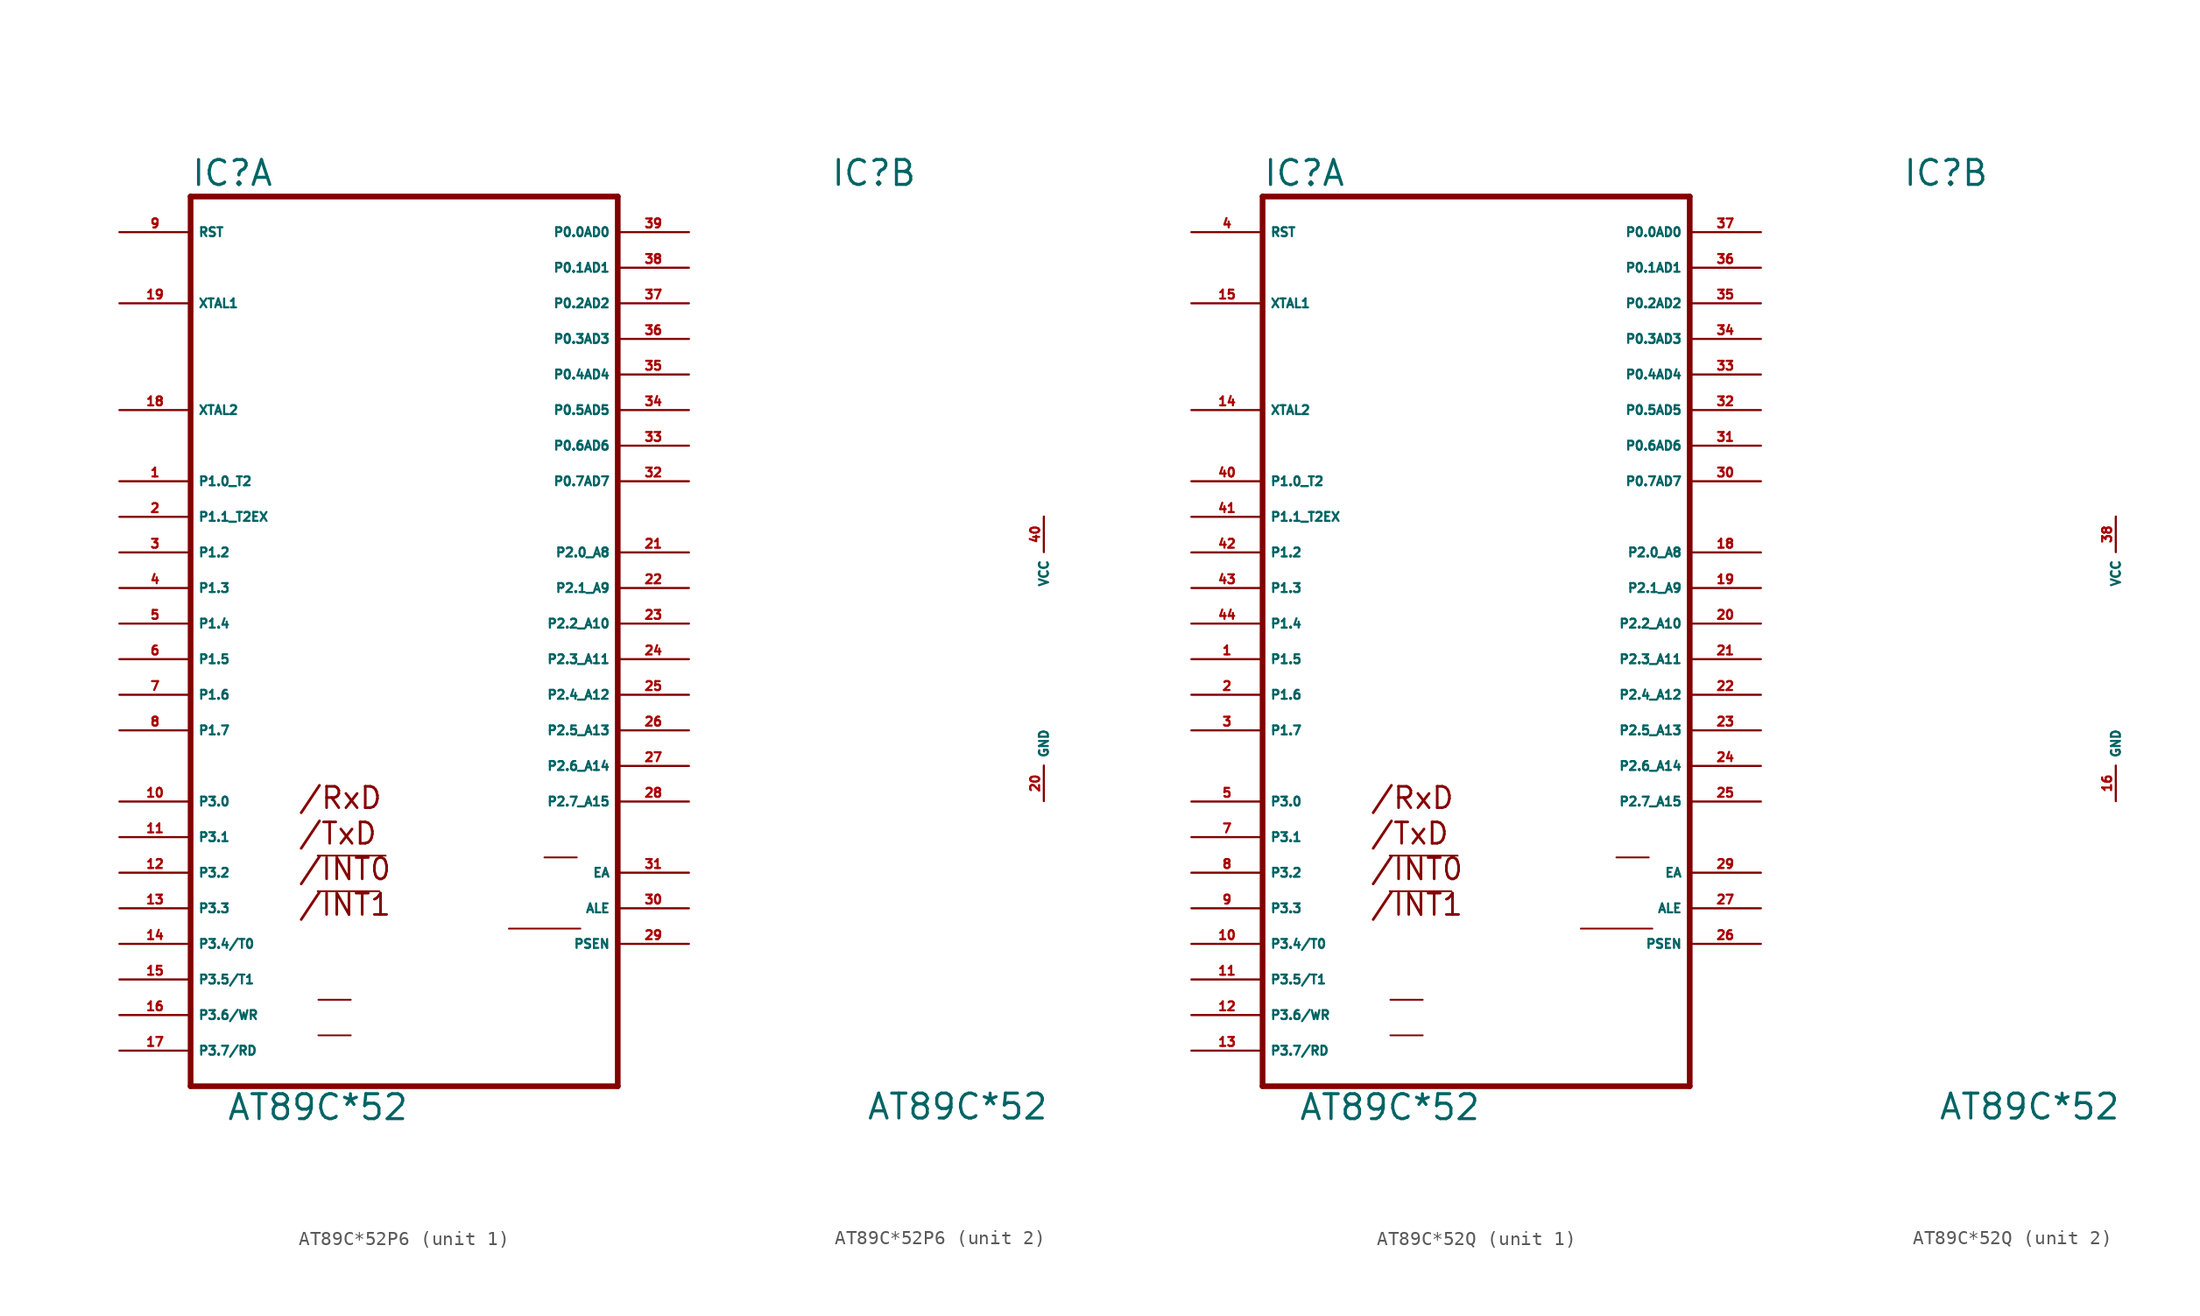
<source format=kicad_sym>
(kicad_symbol_lib
  (version 20220914)
  (generator Eagle2Kicad)
  (symbol "AT89C*52P6"
    (property "Reference" "IC"
      (at -15.24 33.655 0)
      (effects (font (size 1.778 1.778) (thickness 0.22)) (justify left bottom)))
    (property "Value" "AT89C*52"
      (at -12.7 -33.02 0)
      (effects (font (size 1.778 1.778) (thickness 0.22)) (justify left bottom)))
    (symbol "AT89C*52P6_1_0"
      (polyline (pts (xy -6.172 -16.561) (xy -1.778 -16.561)) (stroke (width 0.127) (type default)) (fill (type none)))
      (polyline (pts (xy -6.172 -14.021) (xy -1.321 -14.021)) (stroke (width 0.127) (type default)) (fill (type none)))
      (polyline (pts (xy -6.121 -26.848) (xy -3.81 -26.848)) (stroke (width 0.127) (type default)) (fill (type none)))
      (polyline (pts (xy -6.121 -24.308) (xy -3.81 -24.308)) (stroke (width 0.127) (type default)) (fill (type none)))
      (polyline (pts (xy 7.468 -19.228) (xy 12.573 -19.228)) (stroke (width 0.127) (type default)) (fill (type none)))
      (polyline (pts (xy 10.008 -14.148) (xy 12.319 -14.148)) (stroke (width 0.127) (type default)) (fill (type none)))
      (polyline (pts (xy -15.24 -30.48) (xy 15.24 -30.48)) (stroke (width 0.406) (type default)) (fill (type none)))
      (polyline (pts (xy 15.24 -30.48) (xy 15.24 33.02)) (stroke (width 0.406) (type default)) (fill (type none)))
      (polyline (pts (xy 15.24 33.02) (xy -15.24 33.02)) (stroke (width 0.406) (type default)) (fill (type none)))
      (polyline (pts (xy -15.24 33.02) (xy -15.24 -30.48)) (stroke (width 0.406) (type default)) (fill (type none)))
      (text "/INT1" (at -7.62 -18.415 0) (effects (font (size 1.524 1.524) (thickness 0.19)) (justify left bottom)))
      (text "/INT0" (at -7.62 -15.875 0) (effects (font (size 1.524 1.524) (thickness 0.19)) (justify left bottom)))
      (text "/RxD" (at -7.62 -10.795 0) (effects (font (size 1.524 1.524) (thickness 0.19)) (justify left bottom)))
      (text "/TxD" (at -7.62 -13.335 0) (effects (font (size 1.524 1.524) (thickness 0.19)) (justify left bottom)))
      (pin input line (at 20.32 -15.24 180) (length 5.08) (name "EA" (effects (font (size 0.635 0.635) (thickness 0.08)) (justify left bottom))) (number "31" (effects (font (size 0.635 0.635) (thickness 0.08)) (justify left bottom))))
      (pin bidirectional line (at 20.32 30.48 180) (length 5.08) (name "P0.0AD0" (effects (font (size 0.635 0.635) (thickness 0.08)) (justify left bottom))) (number "39" (effects (font (size 0.635 0.635) (thickness 0.08)) (justify left bottom))))
      (pin bidirectional line (at 20.32 27.94 180) (length 5.08) (name "P0.1AD1" (effects (font (size 0.635 0.635) (thickness 0.08)) (justify left bottom))) (number "38" (effects (font (size 0.635 0.635) (thickness 0.08)) (justify left bottom))))
      (pin bidirectional line (at 20.32 25.4 180) (length 5.08) (name "P0.2AD2" (effects (font (size 0.635 0.635) (thickness 0.08)) (justify left bottom))) (number "37" (effects (font (size 0.635 0.635) (thickness 0.08)) (justify left bottom))))
      (pin bidirectional line (at 20.32 22.86 180) (length 5.08) (name "P0.3AD3" (effects (font (size 0.635 0.635) (thickness 0.08)) (justify left bottom))) (number "36" (effects (font (size 0.635 0.635) (thickness 0.08)) (justify left bottom))))
      (pin bidirectional line (at 20.32 20.32 180) (length 5.08) (name "P0.4AD4" (effects (font (size 0.635 0.635) (thickness 0.08)) (justify left bottom))) (number "35" (effects (font (size 0.635 0.635) (thickness 0.08)) (justify left bottom))))
      (pin bidirectional line (at 20.32 17.78 180) (length 5.08) (name "P0.5AD5" (effects (font (size 0.635 0.635) (thickness 0.08)) (justify left bottom))) (number "34" (effects (font (size 0.635 0.635) (thickness 0.08)) (justify left bottom))))
      (pin bidirectional line (at 20.32 15.24 180) (length 5.08) (name "P0.6AD6" (effects (font (size 0.635 0.635) (thickness 0.08)) (justify left bottom))) (number "33" (effects (font (size 0.635 0.635) (thickness 0.08)) (justify left bottom))))
      (pin bidirectional line (at 20.32 12.7 180) (length 5.08) (name "P0.7AD7" (effects (font (size 0.635 0.635) (thickness 0.08)) (justify left bottom))) (number "32" (effects (font (size 0.635 0.635) (thickness 0.08)) (justify left bottom))))
      (pin input line (at -20.32 25.4 0) (length 5.08) (name "XTAL1" (effects (font (size 0.635 0.635) (thickness 0.08)) (justify left bottom))) (number "19" (effects (font (size 0.635 0.635) (thickness 0.08)) (justify left bottom))))
      (pin input line (at -20.32 17.78 0) (length 5.08) (name "XTAL2" (effects (font (size 0.635 0.635) (thickness 0.08)) (justify left bottom))) (number "18" (effects (font (size 0.635 0.635) (thickness 0.08)) (justify left bottom))))
      (pin input line (at -20.32 30.48 0) (length 5.08) (name "RST" (effects (font (size 0.635 0.635) (thickness 0.08)) (justify left bottom))) (number "9" (effects (font (size 0.635 0.635) (thickness 0.08)) (justify left bottom))))
      (pin output line (at 20.32 -17.78 180) (length 5.08) (name "ALE" (effects (font (size 0.635 0.635) (thickness 0.08)) (justify left bottom))) (number "30" (effects (font (size 0.635 0.635) (thickness 0.08)) (justify left bottom))))
      (pin output line (at 20.32 -20.32 180) (length 5.08) (name "PSEN" (effects (font (size 0.635 0.635) (thickness 0.08)) (justify left bottom))) (number "29" (effects (font (size 0.635 0.635) (thickness 0.08)) (justify left bottom))))
      (pin bidirectional line (at 20.32 7.62 180) (length 5.08) (name "P2.0_A8" (effects (font (size 0.635 0.635) (thickness 0.08)) (justify left bottom))) (number "21" (effects (font (size 0.635 0.635) (thickness 0.08)) (justify left bottom))))
      (pin bidirectional line (at 20.32 5.08 180) (length 5.08) (name "P2.1_A9" (effects (font (size 0.635 0.635) (thickness 0.08)) (justify left bottom))) (number "22" (effects (font (size 0.635 0.635) (thickness 0.08)) (justify left bottom))))
      (pin bidirectional line (at 20.32 2.54 180) (length 5.08) (name "P2.2_A10" (effects (font (size 0.635 0.635) (thickness 0.08)) (justify left bottom))) (number "23" (effects (font (size 0.635 0.635) (thickness 0.08)) (justify left bottom))))
      (pin bidirectional line (at 20.32 0 180) (length 5.08) (name "P2.3_A11" (effects (font (size 0.635 0.635) (thickness 0.08)) (justify left bottom))) (number "24" (effects (font (size 0.635 0.635) (thickness 0.08)) (justify left bottom))))
      (pin bidirectional line (at 20.32 -2.54 180) (length 5.08) (name "P2.4_A12" (effects (font (size 0.635 0.635) (thickness 0.08)) (justify left bottom))) (number "25" (effects (font (size 0.635 0.635) (thickness 0.08)) (justify left bottom))))
      (pin bidirectional line (at 20.32 -5.08 180) (length 5.08) (name "P2.5_A13" (effects (font (size 0.635 0.635) (thickness 0.08)) (justify left bottom))) (number "26" (effects (font (size 0.635 0.635) (thickness 0.08)) (justify left bottom))))
      (pin bidirectional line (at 20.32 -7.62 180) (length 5.08) (name "P2.6_A14" (effects (font (size 0.635 0.635) (thickness 0.08)) (justify left bottom))) (number "27" (effects (font (size 0.635 0.635) (thickness 0.08)) (justify left bottom))))
      (pin bidirectional line (at 20.32 -10.16 180) (length 5.08) (name "P2.7_A15" (effects (font (size 0.635 0.635) (thickness 0.08)) (justify left bottom))) (number "28" (effects (font (size 0.635 0.635) (thickness 0.08)) (justify left bottom))))
      (pin bidirectional line (at -20.32 12.7 0) (length 5.08) (name "P1.0_T2" (effects (font (size 0.635 0.635) (thickness 0.08)) (justify left bottom))) (number "1" (effects (font (size 0.635 0.635) (thickness 0.08)) (justify left bottom))))
      (pin bidirectional line (at -20.32 10.16 0) (length 5.08) (name "P1.1_T2EX" (effects (font (size 0.635 0.635) (thickness 0.08)) (justify left bottom))) (number "2" (effects (font (size 0.635 0.635) (thickness 0.08)) (justify left bottom))))
      (pin bidirectional line (at -20.32 7.62 0) (length 5.08) (name "P1.2" (effects (font (size 0.635 0.635) (thickness 0.08)) (justify left bottom))) (number "3" (effects (font (size 0.635 0.635) (thickness 0.08)) (justify left bottom))))
      (pin bidirectional line (at -20.32 5.08 0) (length 5.08) (name "P1.3" (effects (font (size 0.635 0.635) (thickness 0.08)) (justify left bottom))) (number "4" (effects (font (size 0.635 0.635) (thickness 0.08)) (justify left bottom))))
      (pin bidirectional line (at -20.32 2.54 0) (length 5.08) (name "P1.4" (effects (font (size 0.635 0.635) (thickness 0.08)) (justify left bottom))) (number "5" (effects (font (size 0.635 0.635) (thickness 0.08)) (justify left bottom))))
      (pin bidirectional line (at -20.32 0 0) (length 5.08) (name "P1.5" (effects (font (size 0.635 0.635) (thickness 0.08)) (justify left bottom))) (number "6" (effects (font (size 0.635 0.635) (thickness 0.08)) (justify left bottom))))
      (pin bidirectional line (at -20.32 -2.54 0) (length 5.08) (name "P1.6" (effects (font (size 0.635 0.635) (thickness 0.08)) (justify left bottom))) (number "7" (effects (font (size 0.635 0.635) (thickness 0.08)) (justify left bottom))))
      (pin bidirectional line (at -20.32 -5.08 0) (length 5.08) (name "P1.7" (effects (font (size 0.635 0.635) (thickness 0.08)) (justify left bottom))) (number "8" (effects (font (size 0.635 0.635) (thickness 0.08)) (justify left bottom))))
      (pin bidirectional line (at -20.32 -10.16 0) (length 5.08) (name "P3.0" (effects (font (size 0.635 0.635) (thickness 0.08)) (justify left bottom))) (number "10" (effects (font (size 0.635 0.635) (thickness 0.08)) (justify left bottom))))
      (pin bidirectional line (at -20.32 -12.7 0) (length 5.08) (name "P3.1" (effects (font (size 0.635 0.635) (thickness 0.08)) (justify left bottom))) (number "11" (effects (font (size 0.635 0.635) (thickness 0.08)) (justify left bottom))))
      (pin bidirectional line (at -20.32 -15.24 0) (length 5.08) (name "P3.2" (effects (font (size 0.635 0.635) (thickness 0.08)) (justify left bottom))) (number "12" (effects (font (size 0.635 0.635) (thickness 0.08)) (justify left bottom))))
      (pin bidirectional line (at -20.32 -17.78 0) (length 5.08) (name "P3.3" (effects (font (size 0.635 0.635) (thickness 0.08)) (justify left bottom))) (number "13" (effects (font (size 0.635 0.635) (thickness 0.08)) (justify left bottom))))
      (pin bidirectional line (at -20.32 -20.32 0) (length 5.08) (name "P3.4/T0" (effects (font (size 0.635 0.635) (thickness 0.08)) (justify left bottom))) (number "14" (effects (font (size 0.635 0.635) (thickness 0.08)) (justify left bottom))))
      (pin bidirectional line (at -20.32 -22.86 0) (length 5.08) (name "P3.5/T1" (effects (font (size 0.635 0.635) (thickness 0.08)) (justify left bottom))) (number "15" (effects (font (size 0.635 0.635) (thickness 0.08)) (justify left bottom))))
      (pin bidirectional line (at -20.32 -25.4 0) (length 5.08) (name "P3.6/WR" (effects (font (size 0.635 0.635) (thickness 0.08)) (justify left bottom))) (number "16" (effects (font (size 0.635 0.635) (thickness 0.08)) (justify left bottom))))
      (pin bidirectional line (at -20.32 -27.94 0) (length 5.08) (name "P3.7/RD" (effects (font (size 0.635 0.635) (thickness 0.08)) (justify left bottom))) (number "17" (effects (font (size 0.635 0.635) (thickness 0.08)) (justify left bottom)))))
    (symbol "AT89C*52P6_2_0"
      (pin unspecified line (at 0 -10.16 90) (length 2.54) (name "GND" (effects (font (size 0.635 0.635) (thickness 0.08)) (justify left bottom))) (number "20" (effects (font (size 0.635 0.635) (thickness 0.08)) (justify left bottom))))
      (pin unspecified line (at 0 10.16 270) (length 2.54) (name "VCC" (effects (font (size 0.635 0.635) (thickness 0.08)) (justify left bottom))) (number "40" (effects (font (size 0.635 0.635) (thickness 0.08)) (justify left bottom))))))
  (symbol "AT89C*52Q"
    (property "Reference" "IC"
      (at -15.24 33.655 0)
      (effects (font (size 1.778 1.778) (thickness 0.22)) (justify left bottom)))
    (property "Value" "AT89C*52"
      (at -12.7 -33.02 0)
      (effects (font (size 1.778 1.778) (thickness 0.22)) (justify left bottom)))
    (symbol "AT89C*52Q_1_0"
      (polyline (pts (xy -6.172 -16.561) (xy -1.778 -16.561)) (stroke (width 0.127) (type default)) (fill (type none)))
      (polyline (pts (xy -6.172 -14.021) (xy -1.321 -14.021)) (stroke (width 0.127) (type default)) (fill (type none)))
      (polyline (pts (xy -6.121 -26.848) (xy -3.81 -26.848)) (stroke (width 0.127) (type default)) (fill (type none)))
      (polyline (pts (xy -6.121 -24.308) (xy -3.81 -24.308)) (stroke (width 0.127) (type default)) (fill (type none)))
      (polyline (pts (xy 7.468 -19.228) (xy 12.573 -19.228)) (stroke (width 0.127) (type default)) (fill (type none)))
      (polyline (pts (xy 10.008 -14.148) (xy 12.319 -14.148)) (stroke (width 0.127) (type default)) (fill (type none)))
      (polyline (pts (xy -15.24 -30.48) (xy 15.24 -30.48)) (stroke (width 0.406) (type default)) (fill (type none)))
      (polyline (pts (xy 15.24 -30.48) (xy 15.24 33.02)) (stroke (width 0.406) (type default)) (fill (type none)))
      (polyline (pts (xy 15.24 33.02) (xy -15.24 33.02)) (stroke (width 0.406) (type default)) (fill (type none)))
      (polyline (pts (xy -15.24 33.02) (xy -15.24 -30.48)) (stroke (width 0.406) (type default)) (fill (type none)))
      (text "/INT1" (at -7.62 -18.415 0) (effects (font (size 1.524 1.524) (thickness 0.19)) (justify left bottom)))
      (text "/INT0" (at -7.62 -15.875 0) (effects (font (size 1.524 1.524) (thickness 0.19)) (justify left bottom)))
      (text "/RxD" (at -7.62 -10.795 0) (effects (font (size 1.524 1.524) (thickness 0.19)) (justify left bottom)))
      (text "/TxD" (at -7.62 -13.335 0) (effects (font (size 1.524 1.524) (thickness 0.19)) (justify left bottom)))
      (pin input line (at 20.32 -15.24 180) (length 5.08) (name "EA" (effects (font (size 0.635 0.635) (thickness 0.08)) (justify left bottom))) (number "29" (effects (font (size 0.635 0.635) (thickness 0.08)) (justify left bottom))))
      (pin bidirectional line (at 20.32 30.48 180) (length 5.08) (name "P0.0AD0" (effects (font (size 0.635 0.635) (thickness 0.08)) (justify left bottom))) (number "37" (effects (font (size 0.635 0.635) (thickness 0.08)) (justify left bottom))))
      (pin bidirectional line (at 20.32 27.94 180) (length 5.08) (name "P0.1AD1" (effects (font (size 0.635 0.635) (thickness 0.08)) (justify left bottom))) (number "36" (effects (font (size 0.635 0.635) (thickness 0.08)) (justify left bottom))))
      (pin bidirectional line (at 20.32 25.4 180) (length 5.08) (name "P0.2AD2" (effects (font (size 0.635 0.635) (thickness 0.08)) (justify left bottom))) (number "35" (effects (font (size 0.635 0.635) (thickness 0.08)) (justify left bottom))))
      (pin bidirectional line (at 20.32 22.86 180) (length 5.08) (name "P0.3AD3" (effects (font (size 0.635 0.635) (thickness 0.08)) (justify left bottom))) (number "34" (effects (font (size 0.635 0.635) (thickness 0.08)) (justify left bottom))))
      (pin bidirectional line (at 20.32 20.32 180) (length 5.08) (name "P0.4AD4" (effects (font (size 0.635 0.635) (thickness 0.08)) (justify left bottom))) (number "33" (effects (font (size 0.635 0.635) (thickness 0.08)) (justify left bottom))))
      (pin bidirectional line (at 20.32 17.78 180) (length 5.08) (name "P0.5AD5" (effects (font (size 0.635 0.635) (thickness 0.08)) (justify left bottom))) (number "32" (effects (font (size 0.635 0.635) (thickness 0.08)) (justify left bottom))))
      (pin bidirectional line (at 20.32 15.24 180) (length 5.08) (name "P0.6AD6" (effects (font (size 0.635 0.635) (thickness 0.08)) (justify left bottom))) (number "31" (effects (font (size 0.635 0.635) (thickness 0.08)) (justify left bottom))))
      (pin bidirectional line (at 20.32 12.7 180) (length 5.08) (name "P0.7AD7" (effects (font (size 0.635 0.635) (thickness 0.08)) (justify left bottom))) (number "30" (effects (font (size 0.635 0.635) (thickness 0.08)) (justify left bottom))))
      (pin input line (at -20.32 25.4 0) (length 5.08) (name "XTAL1" (effects (font (size 0.635 0.635) (thickness 0.08)) (justify left bottom))) (number "15" (effects (font (size 0.635 0.635) (thickness 0.08)) (justify left bottom))))
      (pin input line (at -20.32 17.78 0) (length 5.08) (name "XTAL2" (effects (font (size 0.635 0.635) (thickness 0.08)) (justify left bottom))) (number "14" (effects (font (size 0.635 0.635) (thickness 0.08)) (justify left bottom))))
      (pin input line (at -20.32 30.48 0) (length 5.08) (name "RST" (effects (font (size 0.635 0.635) (thickness 0.08)) (justify left bottom))) (number "4" (effects (font (size 0.635 0.635) (thickness 0.08)) (justify left bottom))))
      (pin output line (at 20.32 -17.78 180) (length 5.08) (name "ALE" (effects (font (size 0.635 0.635) (thickness 0.08)) (justify left bottom))) (number "27" (effects (font (size 0.635 0.635) (thickness 0.08)) (justify left bottom))))
      (pin output line (at 20.32 -20.32 180) (length 5.08) (name "PSEN" (effects (font (size 0.635 0.635) (thickness 0.08)) (justify left bottom))) (number "26" (effects (font (size 0.635 0.635) (thickness 0.08)) (justify left bottom))))
      (pin bidirectional line (at 20.32 7.62 180) (length 5.08) (name "P2.0_A8" (effects (font (size 0.635 0.635) (thickness 0.08)) (justify left bottom))) (number "18" (effects (font (size 0.635 0.635) (thickness 0.08)) (justify left bottom))))
      (pin bidirectional line (at 20.32 5.08 180) (length 5.08) (name "P2.1_A9" (effects (font (size 0.635 0.635) (thickness 0.08)) (justify left bottom))) (number "19" (effects (font (size 0.635 0.635) (thickness 0.08)) (justify left bottom))))
      (pin bidirectional line (at 20.32 2.54 180) (length 5.08) (name "P2.2_A10" (effects (font (size 0.635 0.635) (thickness 0.08)) (justify left bottom))) (number "20" (effects (font (size 0.635 0.635) (thickness 0.08)) (justify left bottom))))
      (pin bidirectional line (at 20.32 0 180) (length 5.08) (name "P2.3_A11" (effects (font (size 0.635 0.635) (thickness 0.08)) (justify left bottom))) (number "21" (effects (font (size 0.635 0.635) (thickness 0.08)) (justify left bottom))))
      (pin bidirectional line (at 20.32 -2.54 180) (length 5.08) (name "P2.4_A12" (effects (font (size 0.635 0.635) (thickness 0.08)) (justify left bottom))) (number "22" (effects (font (size 0.635 0.635) (thickness 0.08)) (justify left bottom))))
      (pin bidirectional line (at 20.32 -5.08 180) (length 5.08) (name "P2.5_A13" (effects (font (size 0.635 0.635) (thickness 0.08)) (justify left bottom))) (number "23" (effects (font (size 0.635 0.635) (thickness 0.08)) (justify left bottom))))
      (pin bidirectional line (at 20.32 -7.62 180) (length 5.08) (name "P2.6_A14" (effects (font (size 0.635 0.635) (thickness 0.08)) (justify left bottom))) (number "24" (effects (font (size 0.635 0.635) (thickness 0.08)) (justify left bottom))))
      (pin bidirectional line (at 20.32 -10.16 180) (length 5.08) (name "P2.7_A15" (effects (font (size 0.635 0.635) (thickness 0.08)) (justify left bottom))) (number "25" (effects (font (size 0.635 0.635) (thickness 0.08)) (justify left bottom))))
      (pin bidirectional line (at -20.32 12.7 0) (length 5.08) (name "P1.0_T2" (effects (font (size 0.635 0.635) (thickness 0.08)) (justify left bottom))) (number "40" (effects (font (size 0.635 0.635) (thickness 0.08)) (justify left bottom))))
      (pin bidirectional line (at -20.32 10.16 0) (length 5.08) (name "P1.1_T2EX" (effects (font (size 0.635 0.635) (thickness 0.08)) (justify left bottom))) (number "41" (effects (font (size 0.635 0.635) (thickness 0.08)) (justify left bottom))))
      (pin bidirectional line (at -20.32 7.62 0) (length 5.08) (name "P1.2" (effects (font (size 0.635 0.635) (thickness 0.08)) (justify left bottom))) (number "42" (effects (font (size 0.635 0.635) (thickness 0.08)) (justify left bottom))))
      (pin bidirectional line (at -20.32 5.08 0) (length 5.08) (name "P1.3" (effects (font (size 0.635 0.635) (thickness 0.08)) (justify left bottom))) (number "43" (effects (font (size 0.635 0.635) (thickness 0.08)) (justify left bottom))))
      (pin bidirectional line (at -20.32 2.54 0) (length 5.08) (name "P1.4" (effects (font (size 0.635 0.635) (thickness 0.08)) (justify left bottom))) (number "44" (effects (font (size 0.635 0.635) (thickness 0.08)) (justify left bottom))))
      (pin bidirectional line (at -20.32 0 0) (length 5.08) (name "P1.5" (effects (font (size 0.635 0.635) (thickness 0.08)) (justify left bottom))) (number "1" (effects (font (size 0.635 0.635) (thickness 0.08)) (justify left bottom))))
      (pin bidirectional line (at -20.32 -2.54 0) (length 5.08) (name "P1.6" (effects (font (size 0.635 0.635) (thickness 0.08)) (justify left bottom))) (number "2" (effects (font (size 0.635 0.635) (thickness 0.08)) (justify left bottom))))
      (pin bidirectional line (at -20.32 -5.08 0) (length 5.08) (name "P1.7" (effects (font (size 0.635 0.635) (thickness 0.08)) (justify left bottom))) (number "3" (effects (font (size 0.635 0.635) (thickness 0.08)) (justify left bottom))))
      (pin bidirectional line (at -20.32 -10.16 0) (length 5.08) (name "P3.0" (effects (font (size 0.635 0.635) (thickness 0.08)) (justify left bottom))) (number "5" (effects (font (size 0.635 0.635) (thickness 0.08)) (justify left bottom))))
      (pin bidirectional line (at -20.32 -12.7 0) (length 5.08) (name "P3.1" (effects (font (size 0.635 0.635) (thickness 0.08)) (justify left bottom))) (number "7" (effects (font (size 0.635 0.635) (thickness 0.08)) (justify left bottom))))
      (pin bidirectional line (at -20.32 -15.24 0) (length 5.08) (name "P3.2" (effects (font (size 0.635 0.635) (thickness 0.08)) (justify left bottom))) (number "8" (effects (font (size 0.635 0.635) (thickness 0.08)) (justify left bottom))))
      (pin bidirectional line (at -20.32 -17.78 0) (length 5.08) (name "P3.3" (effects (font (size 0.635 0.635) (thickness 0.08)) (justify left bottom))) (number "9" (effects (font (size 0.635 0.635) (thickness 0.08)) (justify left bottom))))
      (pin bidirectional line (at -20.32 -20.32 0) (length 5.08) (name "P3.4/T0" (effects (font (size 0.635 0.635) (thickness 0.08)) (justify left bottom))) (number "10" (effects (font (size 0.635 0.635) (thickness 0.08)) (justify left bottom))))
      (pin bidirectional line (at -20.32 -22.86 0) (length 5.08) (name "P3.5/T1" (effects (font (size 0.635 0.635) (thickness 0.08)) (justify left bottom))) (number "11" (effects (font (size 0.635 0.635) (thickness 0.08)) (justify left bottom))))
      (pin bidirectional line (at -20.32 -25.4 0) (length 5.08) (name "P3.6/WR" (effects (font (size 0.635 0.635) (thickness 0.08)) (justify left bottom))) (number "12" (effects (font (size 0.635 0.635) (thickness 0.08)) (justify left bottom))))
      (pin bidirectional line (at -20.32 -27.94 0) (length 5.08) (name "P3.7/RD" (effects (font (size 0.635 0.635) (thickness 0.08)) (justify left bottom))) (number "13" (effects (font (size 0.635 0.635) (thickness 0.08)) (justify left bottom)))))
    (symbol "AT89C*52Q_2_0"
      (pin unspecified line (at 0 -10.16 90) (length 2.54) (name "GND" (effects (font (size 0.635 0.635) (thickness 0.08)) (justify left bottom))) (number "16" (effects (font (size 0.635 0.635) (thickness 0.08)) (justify left bottom))))
      (pin unspecified line (at 0 10.16 270) (length 2.54) (name "VCC" (effects (font (size 0.635 0.635) (thickness 0.08)) (justify left bottom))) (number "38" (effects (font (size 0.635 0.635) (thickness 0.08)) (justify left bottom)))))))
</source>
